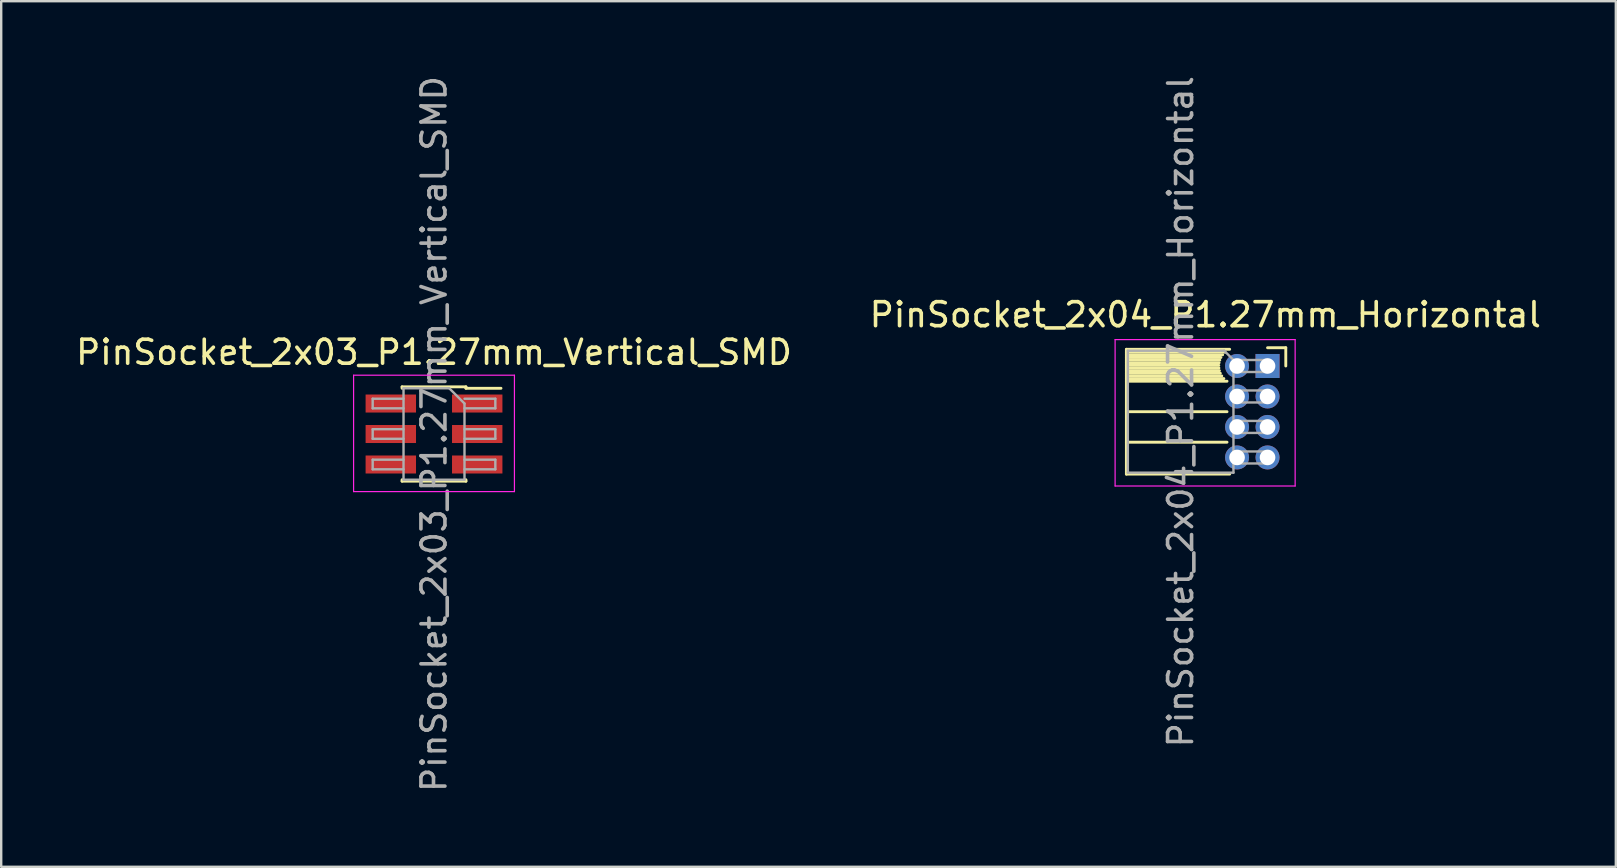
<source format=kicad_pcb>
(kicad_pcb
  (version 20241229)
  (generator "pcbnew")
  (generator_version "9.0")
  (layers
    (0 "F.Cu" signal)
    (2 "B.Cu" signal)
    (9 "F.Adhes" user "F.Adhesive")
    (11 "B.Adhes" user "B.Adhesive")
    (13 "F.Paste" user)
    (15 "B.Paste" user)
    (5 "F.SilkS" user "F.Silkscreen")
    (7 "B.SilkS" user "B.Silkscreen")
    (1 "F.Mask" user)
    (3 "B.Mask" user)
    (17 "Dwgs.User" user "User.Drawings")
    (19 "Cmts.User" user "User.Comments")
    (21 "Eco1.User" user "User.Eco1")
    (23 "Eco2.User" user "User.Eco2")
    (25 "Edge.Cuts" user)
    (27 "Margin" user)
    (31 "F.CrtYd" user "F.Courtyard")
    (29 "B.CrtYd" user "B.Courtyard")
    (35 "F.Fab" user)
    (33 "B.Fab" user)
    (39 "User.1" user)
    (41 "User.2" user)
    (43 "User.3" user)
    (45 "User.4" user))
  (footprint "PinSocket_2x04_P1.27mm_Horizontal"
    (layer "F.Cu")
    (at 49.753 12.196)
    (property "Reference" "PinSocket_2x04_P1.27mm_Horizontal" (at -2.592 -2.135 0) (layer "F.SilkS") (effects (font (size 1 1) (thickness 0.15))))
    (attr through_hole)
    (fp_line (start -5.88 -0.695) (end -5.88 4.505) (stroke (width 0.12) (type solid)) (layer "F.SilkS"))
    (fp_line (start -5.88 -0.695) (end -1.578 -0.695) (stroke (width 0.12) (type solid)) (layer "F.SilkS"))
    (fp_line (start -5.88 -0.575) (end -1.767 -0.575) (stroke (width 0.12) (type solid)) (layer "F.SilkS"))
    (fp_line (start -5.88 -0.465) (end -1.871 -0.465) (stroke (width 0.12) (type solid)) (layer "F.SilkS"))
    (fp_line (start -5.88 -0.355) (end -1.942 -0.355) (stroke (width 0.12) (type solid)) (layer "F.SilkS"))
    (fp_line (start -5.88 -0.245) (end -1.989 -0.245) (stroke (width 0.12) (type solid)) (layer "F.SilkS"))
    (fp_line (start -5.88 -0.135) (end -2.018 -0.135) (stroke (width 0.12) (type solid)) (layer "F.SilkS"))
    (fp_line (start -5.88 -0.025) (end -2.03 -0.025) (stroke (width 0.12) (type solid)) (layer "F.SilkS"))
    (fp_line (start -5.88 0.085) (end -2.025 0.085) (stroke (width 0.12) (type solid)) (layer "F.SilkS"))
    (fp_line (start -5.88 0.195) (end -2.005 0.195) (stroke (width 0.12) (type solid)) (layer "F.SilkS"))
    (fp_line (start -5.88 0.305) (end -1.966 0.305) (stroke (width 0.12) (type solid)) (layer "F.SilkS"))
    (fp_line (start -5.88 0.415) (end -1.907 0.415) (stroke (width 0.12) (type solid)) (layer "F.SilkS"))
    (fp_line (start -5.88 0.525) (end -1.82 0.525) (stroke (width 0.12) (type solid)) (layer "F.SilkS"))
    (fp_line (start -5.88 0.635) (end -1.688 0.635) (stroke (width 0.12) (type solid)) (layer "F.SilkS"))
    (fp_line (start -5.88 1.905) (end -1.688 1.905) (stroke (width 0.12) (type solid)) (layer "F.SilkS"))
    (fp_line (start -5.88 3.175) (end -1.688 3.175) (stroke (width 0.12) (type solid)) (layer "F.SilkS"))
    (fp_line (start -5.88 4.505) (end -1.578 4.505) (stroke (width 0.12) (type solid)) (layer "F.SilkS"))
    (fp_line (start 0 -0.76) (end 0.76 -0.76) (stroke (width 0.12) (type solid)) (layer "F.SilkS"))
    (fp_line (start 0.76 -0.76) (end 0.76 0) (stroke (width 0.12) (type solid)) (layer "F.SilkS"))
    (fp_line (start -6.35 -1.1) (end -6.35 5) (stroke (width 0.05) (type solid)) (layer "F.CrtYd"))
    (fp_line (start -6.35 5) (end 1.15 5) (stroke (width 0.05) (type solid)) (layer "F.CrtYd"))
    (fp_line (start 1.15 -1.1) (end -6.35 -1.1) (stroke (width 0.05) (type solid)) (layer "F.CrtYd"))
    (fp_line (start 1.15 5) (end 1.15 -1.1) (stroke (width 0.05) (type solid)) (layer "F.CrtYd"))
    (fp_line (start -5.82 -0.635) (end -1.805 -0.635) (stroke (width 0.1) (type solid)) (layer "F.Fab"))
    (fp_line (start -5.82 4.445) (end -5.82 -0.635) (stroke (width 0.1) (type solid)) (layer "F.Fab"))
    (fp_line (start -1.805 -0.635) (end -1.42 -0.25) (stroke (width 0.1) (type solid)) (layer "F.Fab"))
    (fp_line (start -1.42 -0.25) (end -1.42 4.445) (stroke (width 0.1) (type solid)) (layer "F.Fab"))
    (fp_line (start -1.42 0.25) (end 0 0.25) (stroke (width 0.1) (type solid)) (layer "F.Fab"))
    (fp_line (start -1.42 1.52) (end 0 1.52) (stroke (width 0.1) (type solid)) (layer "F.Fab"))
    (fp_line (start -1.42 2.79) (end 0 2.79) (stroke (width 0.1) (type solid)) (layer "F.Fab"))
    (fp_line (start -1.42 4.06) (end 0 4.06) (stroke (width 0.1) (type solid)) (layer "F.Fab"))
    (fp_line (start -1.42 4.445) (end -5.82 4.445) (stroke (width 0.1) (type solid)) (layer "F.Fab"))
    (fp_line (start 0 -0.25) (end -1.42 -0.25) (stroke (width 0.1) (type solid)) (layer "F.Fab"))
    (fp_line (start 0 0.25) (end 0 -0.25) (stroke (width 0.1) (type solid)) (layer "F.Fab"))
    (fp_line (start 0 1.02) (end -1.42 1.02) (stroke (width 0.1) (type solid)) (layer "F.Fab"))
    (fp_line (start 0 1.52) (end 0 1.02) (stroke (width 0.1) (type solid)) (layer "F.Fab"))
    (fp_line (start 0 2.29) (end -1.42 2.29) (stroke (width 0.1) (type solid)) (layer "F.Fab"))
    (fp_line (start 0 2.79) (end 0 2.29) (stroke (width 0.1) (type solid)) (layer "F.Fab"))
    (fp_line (start 0 3.56) (end -1.42 3.56) (stroke (width 0.1) (type solid)) (layer "F.Fab"))
    (fp_line (start 0 4.06) (end 0 3.56) (stroke (width 0.1) (type solid)) (layer "F.Fab"))
    (fp_text user "${REFERENCE}" (at -3.62 1.905 90) (layer "F.Fab") (effects (font (size 1 1) (thickness 0.15))))
    (pad "1" thru_hole rect (at 0 0) (size 1 1) (drill 0.65) (layers "*.Cu" "*.Mask"))
    (pad "2" thru_hole oval (at -1.27 0) (size 1 1) (drill 0.65) (layers "*.Cu" "*.Mask"))
    (pad "3" thru_hole oval (at 0 1.27) (size 1 1) (drill 0.65) (layers "*.Cu" "*.Mask"))
    (pad "4" thru_hole oval (at -1.27 1.27) (size 1 1) (drill 0.65) (layers "*.Cu" "*.Mask"))
    (pad "5" thru_hole oval (at 0 2.54) (size 1 1) (drill 0.65) (layers "*.Cu" "*.Mask"))
    (pad "6" thru_hole oval (at -1.27 2.54) (size 1 1) (drill 0.65) (layers "*.Cu" "*.Mask"))
    (pad "7" thru_hole oval (at 0 3.81) (size 1 1) (drill 0.65) (layers "*.Cu" "*.Mask"))
    (pad "8" thru_hole oval (at -1.27 3.81) (size 1 1) (drill 0.65) (layers "*.Cu" "*.Mask")))
  (footprint "PinSocket_2x03_P1.27mm_Vertical_SMD"
    (layer "F.Cu")
    (at 15.03 15.03)
    (property "Reference" "PinSocket_2x03_P1.27mm_Vertical_SMD" (at 0 -3.405 0) (layer "F.SilkS") (effects (font (size 1 1) (thickness 0.15))))
    (attr smd)
    (fp_line (start -1.33 -1.965) (end -1.33 -1.905) (stroke (width 0.12) (type solid)) (layer "F.SilkS"))
    (fp_line (start -1.33 -1.965) (end 1.33 -1.965) (stroke (width 0.12) (type solid)) (layer "F.SilkS"))
    (fp_line (start -1.33 1.905) (end -1.33 1.965) (stroke (width 0.12) (type solid)) (layer "F.SilkS"))
    (fp_line (start -1.33 1.965) (end 1.33 1.965) (stroke (width 0.12) (type solid)) (layer "F.SilkS"))
    (fp_line (start 1.33 -1.965) (end 1.33 -1.905) (stroke (width 0.12) (type solid)) (layer "F.SilkS"))
    (fp_line (start 1.33 -1.905) (end 2.79 -1.905) (stroke (width 0.12) (type solid)) (layer "F.SilkS"))
    (fp_line (start 1.33 1.905) (end 1.33 1.965) (stroke (width 0.12) (type solid)) (layer "F.SilkS"))
    (fp_line (start -3.35 -2.45) (end 3.35 -2.45) (stroke (width 0.05) (type solid)) (layer "F.CrtYd"))
    (fp_line (start -3.35 2.4) (end -3.35 -2.45) (stroke (width 0.05) (type solid)) (layer "F.CrtYd"))
    (fp_line (start 3.35 -2.45) (end 3.35 2.4) (stroke (width 0.05) (type solid)) (layer "F.CrtYd"))
    (fp_line (start 3.35 2.4) (end -3.35 2.4) (stroke (width 0.05) (type solid)) (layer "F.CrtYd"))
    (fp_line (start -2.555 -1.47) (end -1.27 -1.47) (stroke (width 0.1) (type solid)) (layer "F.Fab"))
    (fp_line (start -2.555 -1.07) (end -2.555 -1.47) (stroke (width 0.1) (type solid)) (layer "F.Fab"))
    (fp_line (start -2.555 -0.2) (end -1.27 -0.2) (stroke (width 0.1) (type solid)) (layer "F.Fab"))
    (fp_line (start -2.555 0.2) (end -2.555 -0.2) (stroke (width 0.1) (type solid)) (layer "F.Fab"))
    (fp_line (start -2.555 1.07) (end -1.27 1.07) (stroke (width 0.1) (type solid)) (layer "F.Fab"))
    (fp_line (start -2.555 1.47) (end -2.555 1.07) (stroke (width 0.1) (type solid)) (layer "F.Fab"))
    (fp_line (start -1.27 -1.905) (end 0.635 -1.905) (stroke (width 0.1) (type solid)) (layer "F.Fab"))
    (fp_line (start -1.27 -1.07) (end -2.555 -1.07) (stroke (width 0.1) (type solid)) (layer "F.Fab"))
    (fp_line (start -1.27 0.2) (end -2.555 0.2) (stroke (width 0.1) (type solid)) (layer "F.Fab"))
    (fp_line (start -1.27 1.47) (end -2.555 1.47) (stroke (width 0.1) (type solid)) (layer "F.Fab"))
    (fp_line (start -1.27 1.905) (end -1.27 -1.905) (stroke (width 0.1) (type solid)) (layer "F.Fab"))
    (fp_line (start 0.635 -1.905) (end 1.27 -1.27) (stroke (width 0.1) (type solid)) (layer "F.Fab"))
    (fp_line (start 1.27 -1.47) (end 2.555 -1.47) (stroke (width 0.1) (type solid)) (layer "F.Fab"))
    (fp_line (start 1.27 -1.27) (end 1.27 1.905) (stroke (width 0.1) (type solid)) (layer "F.Fab"))
    (fp_line (start 1.27 -0.2) (end 2.555 -0.2) (stroke (width 0.1) (type solid)) (layer "F.Fab"))
    (fp_line (start 1.27 1.07) (end 2.555 1.07) (stroke (width 0.1) (type solid)) (layer "F.Fab"))
    (fp_line (start 1.27 1.905) (end -1.27 1.905) (stroke (width 0.1) (type solid)) (layer "F.Fab"))
    (fp_line (start 2.555 -1.47) (end 2.555 -1.07) (stroke (width 0.1) (type solid)) (layer "F.Fab"))
    (fp_line (start 2.555 -1.07) (end 1.27 -1.07) (stroke (width 0.1) (type solid)) (layer "F.Fab"))
    (fp_line (start 2.555 -0.2) (end 2.555 0.2) (stroke (width 0.1) (type solid)) (layer "F.Fab"))
    (fp_line (start 2.555 0.2) (end 1.27 0.2) (stroke (width 0.1) (type solid)) (layer "F.Fab"))
    (fp_line (start 2.555 1.07) (end 2.555 1.47) (stroke (width 0.1) (type solid)) (layer "F.Fab"))
    (fp_line (start 2.555 1.47) (end 1.27 1.47) (stroke (width 0.1) (type solid)) (layer "F.Fab"))
    (fp_text user "${REFERENCE}" (at 0 0 90) (layer "F.Fab") (effects (font (size 1 1) (thickness 0.15))))
    (pad "1" smd rect (at 1.8 -1.27) (size 2.1 0.75) (layers "F.Cu" "F.Mask" "F.Paste"))
    (pad "2" smd rect (at -1.8 -1.27) (size 2.1 0.75) (layers "F.Cu" "F.Mask" "F.Paste"))
    (pad "3" smd rect (at 1.8 0) (size 2.1 0.75) (layers "F.Cu" "F.Mask" "F.Paste"))
    (pad "4" smd rect (at -1.8 0) (size 2.1 0.75) (layers "F.Cu" "F.Mask" "F.Paste"))
    (pad "5" smd rect (at 1.8 1.27) (size 2.1 0.75) (layers "F.Cu" "F.Mask" "F.Paste"))
    (pad "6" smd rect (at -1.8 1.27) (size 2.1 0.75) (layers "F.Cu" "F.Mask" "F.Paste")))
  (gr_rect
    (start -3 -3)
    (end 64.262 33.06)
    (stroke (width 0.1) (type default))
    (fill no)
    (layer "Edge.Cuts")))
</source>
